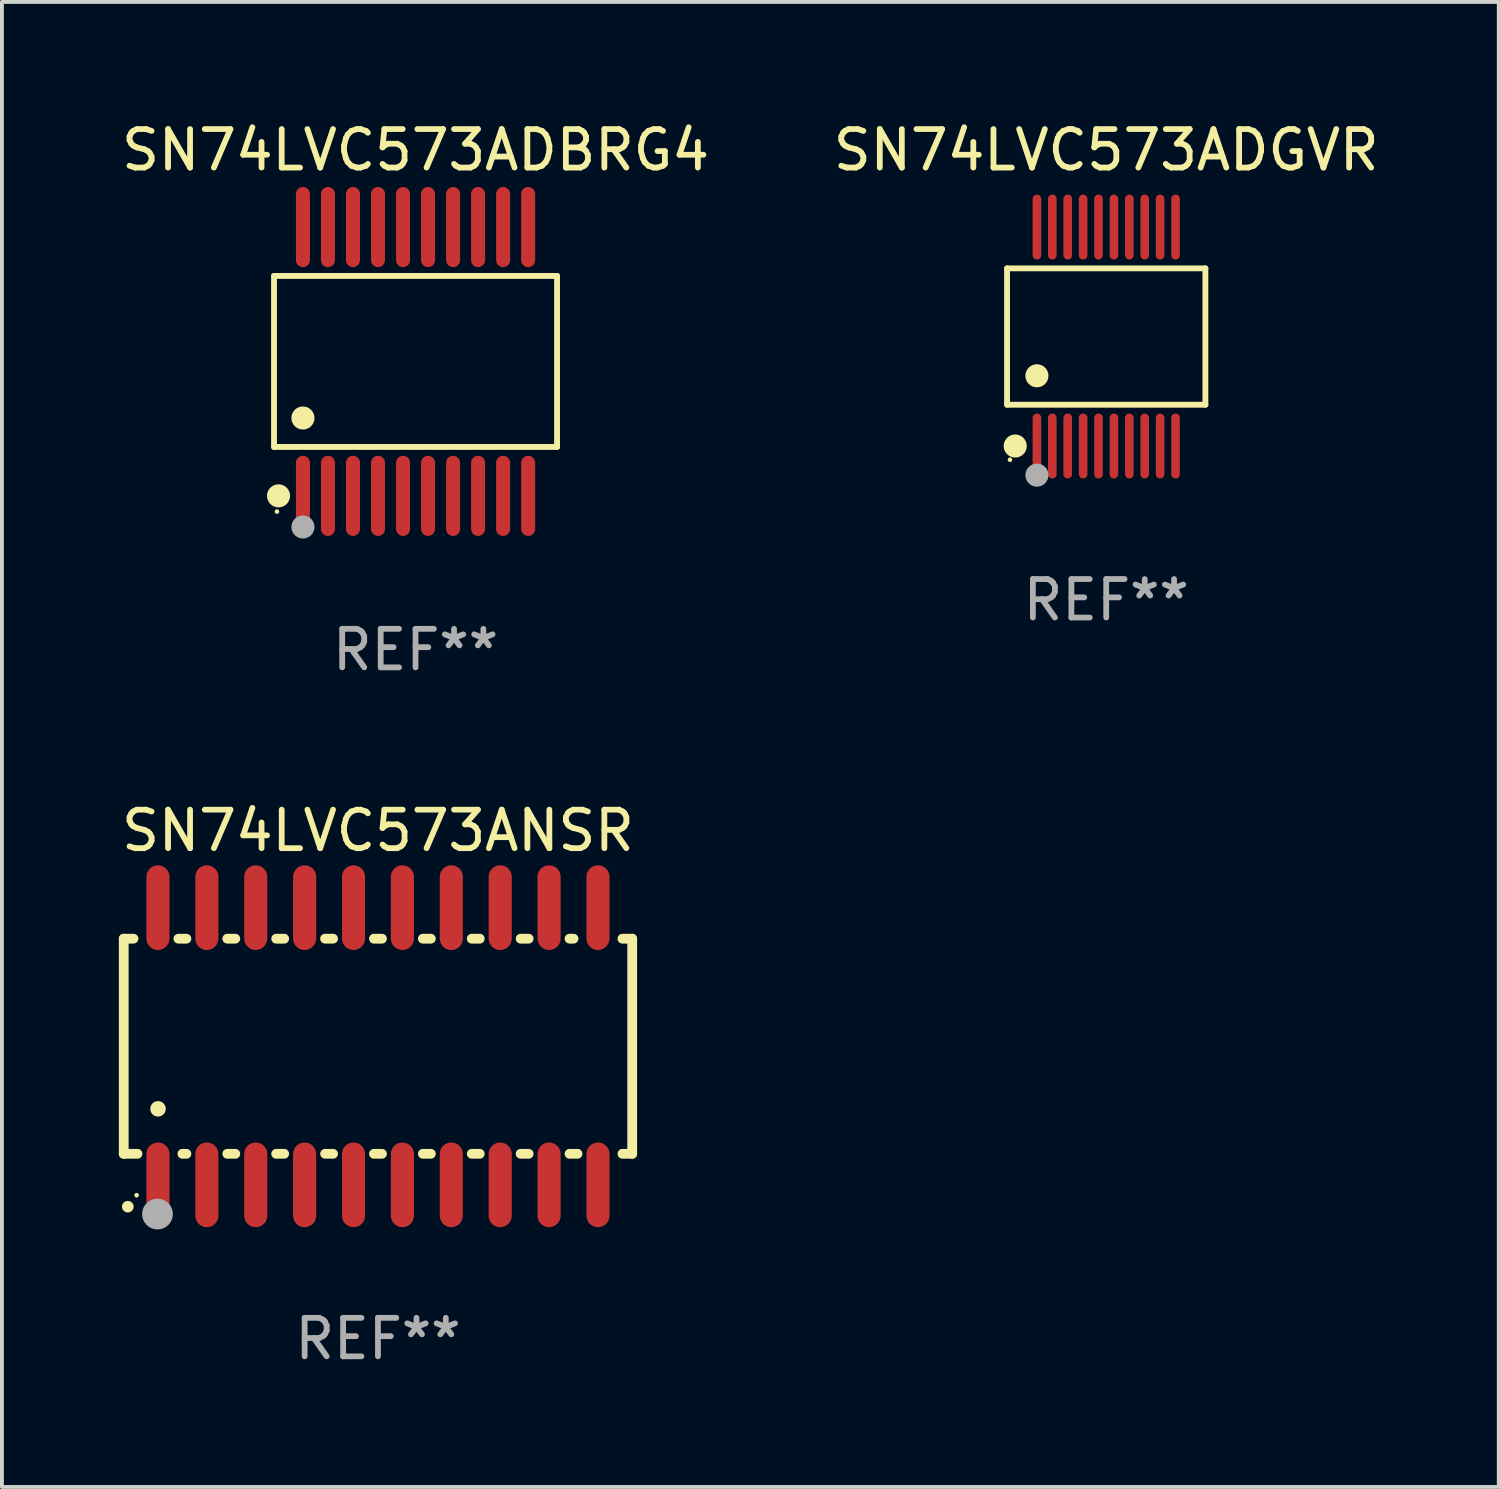
<source format=kicad_pcb>
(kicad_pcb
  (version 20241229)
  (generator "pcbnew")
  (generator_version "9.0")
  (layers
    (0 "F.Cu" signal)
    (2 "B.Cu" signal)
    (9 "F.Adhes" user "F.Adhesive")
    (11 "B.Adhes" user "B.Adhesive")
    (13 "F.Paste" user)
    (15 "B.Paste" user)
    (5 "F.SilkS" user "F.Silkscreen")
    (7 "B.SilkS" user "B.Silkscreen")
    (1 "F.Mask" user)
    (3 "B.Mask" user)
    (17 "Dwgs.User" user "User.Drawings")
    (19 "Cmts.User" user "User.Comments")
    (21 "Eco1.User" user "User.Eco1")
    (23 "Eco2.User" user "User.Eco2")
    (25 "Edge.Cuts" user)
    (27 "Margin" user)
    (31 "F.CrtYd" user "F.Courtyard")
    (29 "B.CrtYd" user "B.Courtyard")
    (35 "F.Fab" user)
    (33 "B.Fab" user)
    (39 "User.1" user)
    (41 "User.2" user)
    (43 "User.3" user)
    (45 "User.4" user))
  (footprint "SN74LVC573ANSR"
    (layer "F.Cu")
    (at 6.768 24.127)
    (property "Reference" "SN74LVC573ANSR" (at 0 -5.6 0) (layer "F.SilkS") (effects (font (size 1 1) (thickness 0.15))))
    (attr through_hole)
    (fp_line (start -6.604 -2.794) (end -6.604 2.794) (stroke (width 0.254) (type solid)) (layer "F.SilkS"))
    (fp_line (start -6.604 2.794) (end -6.246 2.794) (stroke (width 0.254) (type solid)) (layer "F.SilkS"))
    (fp_line (start -6.35 -2.794) (end -6.604 -2.794) (stroke (width 0.254) (type solid)) (layer "F.SilkS"))
    (fp_line (start -5.184 -2.794) (end -4.976 -2.794) (stroke (width 0.254) (type solid)) (layer "F.SilkS"))
    (fp_line (start -5.08 2.794) (end -4.976 2.794) (stroke (width 0.254) (type solid)) (layer "F.SilkS"))
    (fp_line (start -3.914 -2.794) (end -3.706 -2.794) (stroke (width 0.254) (type solid)) (layer "F.SilkS"))
    (fp_line (start -3.914 2.794) (end -3.706 2.794) (stroke (width 0.254) (type solid)) (layer "F.SilkS"))
    (fp_line (start -2.644 -2.794) (end -2.436 -2.794) (stroke (width 0.254) (type solid)) (layer "F.SilkS"))
    (fp_line (start -2.644 2.794) (end -2.436 2.794) (stroke (width 0.254) (type solid)) (layer "F.SilkS"))
    (fp_line (start -1.374 -2.794) (end -1.166 -2.794) (stroke (width 0.254) (type solid)) (layer "F.SilkS"))
    (fp_line (start -1.374 2.794) (end -1.166 2.794) (stroke (width 0.254) (type solid)) (layer "F.SilkS"))
    (fp_line (start -0.104 -2.794) (end 0.104 -2.794) (stroke (width 0.254) (type solid)) (layer "F.SilkS"))
    (fp_line (start -0.104 2.794) (end 0.104 2.794) (stroke (width 0.254) (type solid)) (layer "F.SilkS"))
    (fp_line (start 1.166 -2.794) (end 1.374 -2.794) (stroke (width 0.254) (type solid)) (layer "F.SilkS"))
    (fp_line (start 1.166 2.794) (end 1.374 2.794) (stroke (width 0.254) (type solid)) (layer "F.SilkS"))
    (fp_line (start 2.436 -2.794) (end 2.644 -2.794) (stroke (width 0.254) (type solid)) (layer "F.SilkS"))
    (fp_line (start 2.436 2.794) (end 2.644 2.794) (stroke (width 0.254) (type solid)) (layer "F.SilkS"))
    (fp_line (start 3.706 -2.794) (end 3.914 -2.794) (stroke (width 0.254) (type solid)) (layer "F.SilkS"))
    (fp_line (start 3.706 2.794) (end 3.914 2.794) (stroke (width 0.254) (type solid)) (layer "F.SilkS"))
    (fp_line (start 4.976 -2.794) (end 5.08 -2.794) (stroke (width 0.254) (type solid)) (layer "F.SilkS"))
    (fp_line (start 4.976 2.794) (end 5.184 2.794) (stroke (width 0.254) (type solid)) (layer "F.SilkS"))
    (fp_line (start 6.35 -2.794) (end 6.604 -2.794) (stroke (width 0.254) (type solid)) (layer "F.SilkS"))
    (fp_line (start 6.604 -2.794) (end 6.604 2.794) (stroke (width 0.254) (type solid)) (layer "F.SilkS"))
    (fp_line (start 6.604 2.794) (end 6.35 2.794) (stroke (width 0.254) (type solid)) (layer "F.SilkS"))
    (fp_arc (start -6.499619 4.167793) (mid -6.498349 4.167788) (end -6.497079 4.167793) (stroke (width 0.3) (type solid)) (layer "F.SilkS"))
    (fp_arc (start -5.715011 1.625603) (mid -5.713741 1.625599) (end -5.712471 1.625603) (stroke (width 0.4) (type solid)) (layer "F.SilkS"))
    (fp_circle (center -6.27 3.87) (end -6.24 3.87) (stroke (width 0.06) (type solid)) (fill no) (layer "F.SilkS"))
    (fp_circle (center -5.727 4.359) (end -5.527 4.359) (stroke (width 0.4) (type solid)) (fill no) (layer "F.Fab"))
    (fp_text user "REF**" (at 0 7.6 0) (layer "F.Fab") (effects (font (size 1 1) (thickness 0.15))))
    (pad "1" smd oval (at -5.715 3.6) (size 0.6 2.2) (layers "F.Cu" "F.Mask" "F.Paste"))
    (pad "2" smd oval (at -4.445 3.6) (size 0.6 2.2) (layers "F.Cu" "F.Mask" "F.Paste"))
    (pad "3" smd oval (at -3.175 3.6) (size 0.6 2.2) (layers "F.Cu" "F.Mask" "F.Paste"))
    (pad "4" smd oval (at -1.905 3.6) (size 0.6 2.2) (layers "F.Cu" "F.Mask" "F.Paste"))
    (pad "5" smd oval (at -0.635 3.6) (size 0.6 2.2) (layers "F.Cu" "F.Mask" "F.Paste"))
    (pad "6" smd oval (at 0.635 3.6) (size 0.6 2.2) (layers "F.Cu" "F.Mask" "F.Paste"))
    (pad "7" smd oval (at 1.905 3.6) (size 0.6 2.2) (layers "F.Cu" "F.Mask" "F.Paste"))
    (pad "8" smd oval (at 3.175 3.6) (size 0.6 2.2) (layers "F.Cu" "F.Mask" "F.Paste"))
    (pad "9" smd oval (at 4.445 3.6) (size 0.6 2.2) (layers "F.Cu" "F.Mask" "F.Paste"))
    (pad "10" smd oval (at 5.715 3.6) (size 0.6 2.2) (layers "F.Cu" "F.Mask" "F.Paste"))
    (pad "11" smd oval (at 5.715 -3.6 180) (size 0.6 2.2) (layers "F.Cu" "F.Mask" "F.Paste"))
    (pad "12" smd oval (at 4.445 -3.6 180) (size 0.6 2.2) (layers "F.Cu" "F.Mask" "F.Paste"))
    (pad "13" smd oval (at 3.175 -3.6 180) (size 0.6 2.2) (layers "F.Cu" "F.Mask" "F.Paste"))
    (pad "14" smd oval (at 1.905 -3.6 180) (size 0.6 2.2) (layers "F.Cu" "F.Mask" "F.Paste"))
    (pad "15" smd oval (at 0.635 -3.6 180) (size 0.6 2.2) (layers "F.Cu" "F.Mask" "F.Paste"))
    (pad "16" smd oval (at -0.635 -3.6 180) (size 0.6 2.2) (layers "F.Cu" "F.Mask" "F.Paste"))
    (pad "17" smd oval (at -1.905 -3.6 180) (size 0.6 2.2) (layers "F.Cu" "F.Mask" "F.Paste"))
    (pad "18" smd oval (at -3.175 -3.6 180) (size 0.6 2.2) (layers "F.Cu" "F.Mask" "F.Paste"))
    (pad "19" smd oval (at -4.445 -3.6 180) (size 0.6 2.2) (layers "F.Cu" "F.Mask" "F.Paste"))
    (pad "20" smd oval (at -5.715 -3.6 180) (size 0.6 2.2) (layers "F.Cu" "F.Mask" "F.Paste")))
  (footprint "SN74LVC573ADGVR"
    (layer "F.Cu")
    (at 25.685 5.692)
    (property "Reference" "SN74LVC573ADGVR" (at 0 -4.844 0) (layer "F.SilkS") (effects (font (size 1 1) (thickness 0.15))))
    (attr through_hole)
    (fp_line (start -2.576 -1.771) (end 2.576 -1.771) (stroke (width 0.152) (type solid)) (layer "F.SilkS"))
    (fp_line (start -2.576 1.771) (end -2.576 -1.771) (stroke (width 0.152) (type solid)) (layer "F.SilkS"))
    (fp_line (start 2.576 -1.771) (end 2.576 1.771) (stroke (width 0.152) (type solid)) (layer "F.SilkS"))
    (fp_line (start 2.576 1.771) (end -2.576 1.771) (stroke (width 0.152) (type solid)) (layer "F.SilkS"))
    (fp_circle (center -2.5 3.2) (end -2.47 3.2) (stroke (width 0.06) (type solid)) (fill no) (layer "F.SilkS"))
    (fp_circle (center -2.364 2.844) (end -2.214 2.844) (stroke (width 0.3) (type solid)) (fill no) (layer "F.SilkS"))
    (fp_circle (center -1.8 1.019) (end -1.65 1.019) (stroke (width 0.3) (type solid)) (fill no) (layer "F.SilkS"))
    (fp_circle (center -1.8 3.6) (end -1.65 3.6) (stroke (width 0.3) (type solid)) (fill no) (layer "F.Fab"))
    (fp_text user "REF**" (at 0 6.844 0) (layer "F.Fab") (effects (font (size 1 1) (thickness 0.15))))
    (pad "1" smd oval (at -1.8 2.844) (size 0.224 1.687) (layers "F.Cu" "F.Mask" "F.Paste"))
    (pad "2" smd oval (at -1.4 2.844) (size 0.224 1.687) (layers "F.Cu" "F.Mask" "F.Paste"))
    (pad "3" smd oval (at -1 2.844) (size 0.224 1.687) (layers "F.Cu" "F.Mask" "F.Paste"))
    (pad "4" smd oval (at -0.6 2.844) (size 0.224 1.687) (layers "F.Cu" "F.Mask" "F.Paste"))
    (pad "5" smd oval (at -0.2 2.844) (size 0.224 1.687) (layers "F.Cu" "F.Mask" "F.Paste"))
    (pad "6" smd oval (at 0.2 2.844) (size 0.224 1.687) (layers "F.Cu" "F.Mask" "F.Paste"))
    (pad "7" smd oval (at 0.6 2.844) (size 0.224 1.687) (layers "F.Cu" "F.Mask" "F.Paste"))
    (pad "8" smd oval (at 1 2.844) (size 0.224 1.687) (layers "F.Cu" "F.Mask" "F.Paste"))
    (pad "9" smd oval (at 1.4 2.844) (size 0.224 1.687) (layers "F.Cu" "F.Mask" "F.Paste"))
    (pad "10" smd oval (at 1.8 2.844) (size 0.224 1.687) (layers "F.Cu" "F.Mask" "F.Paste"))
    (pad "11" smd oval (at 1.8 -2.844) (size 0.224 1.687) (layers "F.Cu" "F.Mask" "F.Paste"))
    (pad "12" smd oval (at 1.4 -2.844) (size 0.224 1.687) (layers "F.Cu" "F.Mask" "F.Paste"))
    (pad "13" smd oval (at 1 -2.844) (size 0.224 1.687) (layers "F.Cu" "F.Mask" "F.Paste"))
    (pad "14" smd oval (at 0.6 -2.844) (size 0.224 1.687) (layers "F.Cu" "F.Mask" "F.Paste"))
    (pad "15" smd oval (at 0.2 -2.844) (size 0.224 1.687) (layers "F.Cu" "F.Mask" "F.Paste"))
    (pad "16" smd oval (at -0.2 -2.844) (size 0.224 1.687) (layers "F.Cu" "F.Mask" "F.Paste"))
    (pad "17" smd oval (at -0.6 -2.844) (size 0.224 1.687) (layers "F.Cu" "F.Mask" "F.Paste"))
    (pad "18" smd oval (at -1 -2.844) (size 0.224 1.687) (layers "F.Cu" "F.Mask" "F.Paste"))
    (pad "19" smd oval (at -1.4 -2.844) (size 0.224 1.687) (layers "F.Cu" "F.Mask" "F.Paste"))
    (pad "20" smd oval (at -1.8 -2.844) (size 0.224 1.687) (layers "F.Cu" "F.Mask" "F.Paste")))
  (footprint "SN74LVC573ADBRG4"
    (layer "F.Cu")
    (at 7.744 6.339)
    (property "Reference" "SN74LVC573ADBRG4" (at 0 -5.491 0) (layer "F.SilkS") (effects (font (size 1 1) (thickness 0.15))))
    (attr through_hole)
    (fp_line (start -3.676 -2.221) (end 3.676 -2.221) (stroke (width 0.152) (type solid)) (layer "F.SilkS"))
    (fp_line (start -3.676 2.221) (end -3.676 -2.221) (stroke (width 0.152) (type solid)) (layer "F.SilkS"))
    (fp_line (start 3.676 -2.221) (end 3.676 2.221) (stroke (width 0.152) (type solid)) (layer "F.SilkS"))
    (fp_line (start 3.676 2.221) (end -3.676 2.221) (stroke (width 0.152) (type solid)) (layer "F.SilkS"))
    (fp_circle (center -3.6 3.9) (end -3.57 3.9) (stroke (width 0.06) (type solid)) (fill no) (layer "F.SilkS"))
    (fp_circle (center -3.559 3.491) (end -3.409 3.491) (stroke (width 0.3) (type solid)) (fill no) (layer "F.SilkS"))
    (fp_circle (center -2.925 1.469) (end -2.775 1.469) (stroke (width 0.3) (type solid)) (fill no) (layer "F.SilkS"))
    (fp_circle (center -2.925 4.3) (end -2.775 4.3) (stroke (width 0.3) (type solid)) (fill no) (layer "F.Fab"))
    (fp_text user "REF**" (at 0 7.491 0) (layer "F.Fab") (effects (font (size 1 1) (thickness 0.15))))
    (pad "1" smd oval (at -2.925 3.491) (size 0.364 2.082) (layers "F.Cu" "F.Mask" "F.Paste"))
    (pad "2" smd oval (at -2.275 3.491) (size 0.364 2.082) (layers "F.Cu" "F.Mask" "F.Paste"))
    (pad "3" smd oval (at -1.625 3.491) (size 0.364 2.082) (layers "F.Cu" "F.Mask" "F.Paste"))
    (pad "4" smd oval (at -0.975 3.491) (size 0.364 2.082) (layers "F.Cu" "F.Mask" "F.Paste"))
    (pad "5" smd oval (at -0.325 3.491) (size 0.364 2.082) (layers "F.Cu" "F.Mask" "F.Paste"))
    (pad "6" smd oval (at 0.325 3.491) (size 0.364 2.082) (layers "F.Cu" "F.Mask" "F.Paste"))
    (pad "7" smd oval (at 0.975 3.491) (size 0.364 2.082) (layers "F.Cu" "F.Mask" "F.Paste"))
    (pad "8" smd oval (at 1.625 3.491) (size 0.364 2.082) (layers "F.Cu" "F.Mask" "F.Paste"))
    (pad "9" smd oval (at 2.275 3.491) (size 0.364 2.082) (layers "F.Cu" "F.Mask" "F.Paste"))
    (pad "10" smd oval (at 2.925 3.491) (size 0.364 2.082) (layers "F.Cu" "F.Mask" "F.Paste"))
    (pad "11" smd oval (at 2.925 -3.491) (size 0.364 2.082) (layers "F.Cu" "F.Mask" "F.Paste"))
    (pad "12" smd oval (at 2.275 -3.491) (size 0.364 2.082) (layers "F.Cu" "F.Mask" "F.Paste"))
    (pad "13" smd oval (at 1.625 -3.491) (size 0.364 2.082) (layers "F.Cu" "F.Mask" "F.Paste"))
    (pad "14" smd oval (at 0.975 -3.491) (size 0.364 2.082) (layers "F.Cu" "F.Mask" "F.Paste"))
    (pad "15" smd oval (at 0.325 -3.491) (size 0.364 2.082) (layers "F.Cu" "F.Mask" "F.Paste"))
    (pad "16" smd oval (at -0.325 -3.491) (size 0.364 2.082) (layers "F.Cu" "F.Mask" "F.Paste"))
    (pad "17" smd oval (at -0.975 -3.491) (size 0.364 2.082) (layers "F.Cu" "F.Mask" "F.Paste"))
    (pad "18" smd oval (at -1.625 -3.491) (size 0.364 2.082) (layers "F.Cu" "F.Mask" "F.Paste"))
    (pad "19" smd oval (at -2.275 -3.491) (size 0.364 2.082) (layers "F.Cu" "F.Mask" "F.Paste"))
    (pad "20" smd oval (at -2.925 -3.491) (size 0.364 2.082) (layers "F.Cu" "F.Mask" "F.Paste")))
  (gr_rect
    (start -3 -3)
    (end 35.881 35.575)
    (stroke (width 0.1) (type default))
    (fill no)
    (layer "Edge.Cuts")))
</source>
